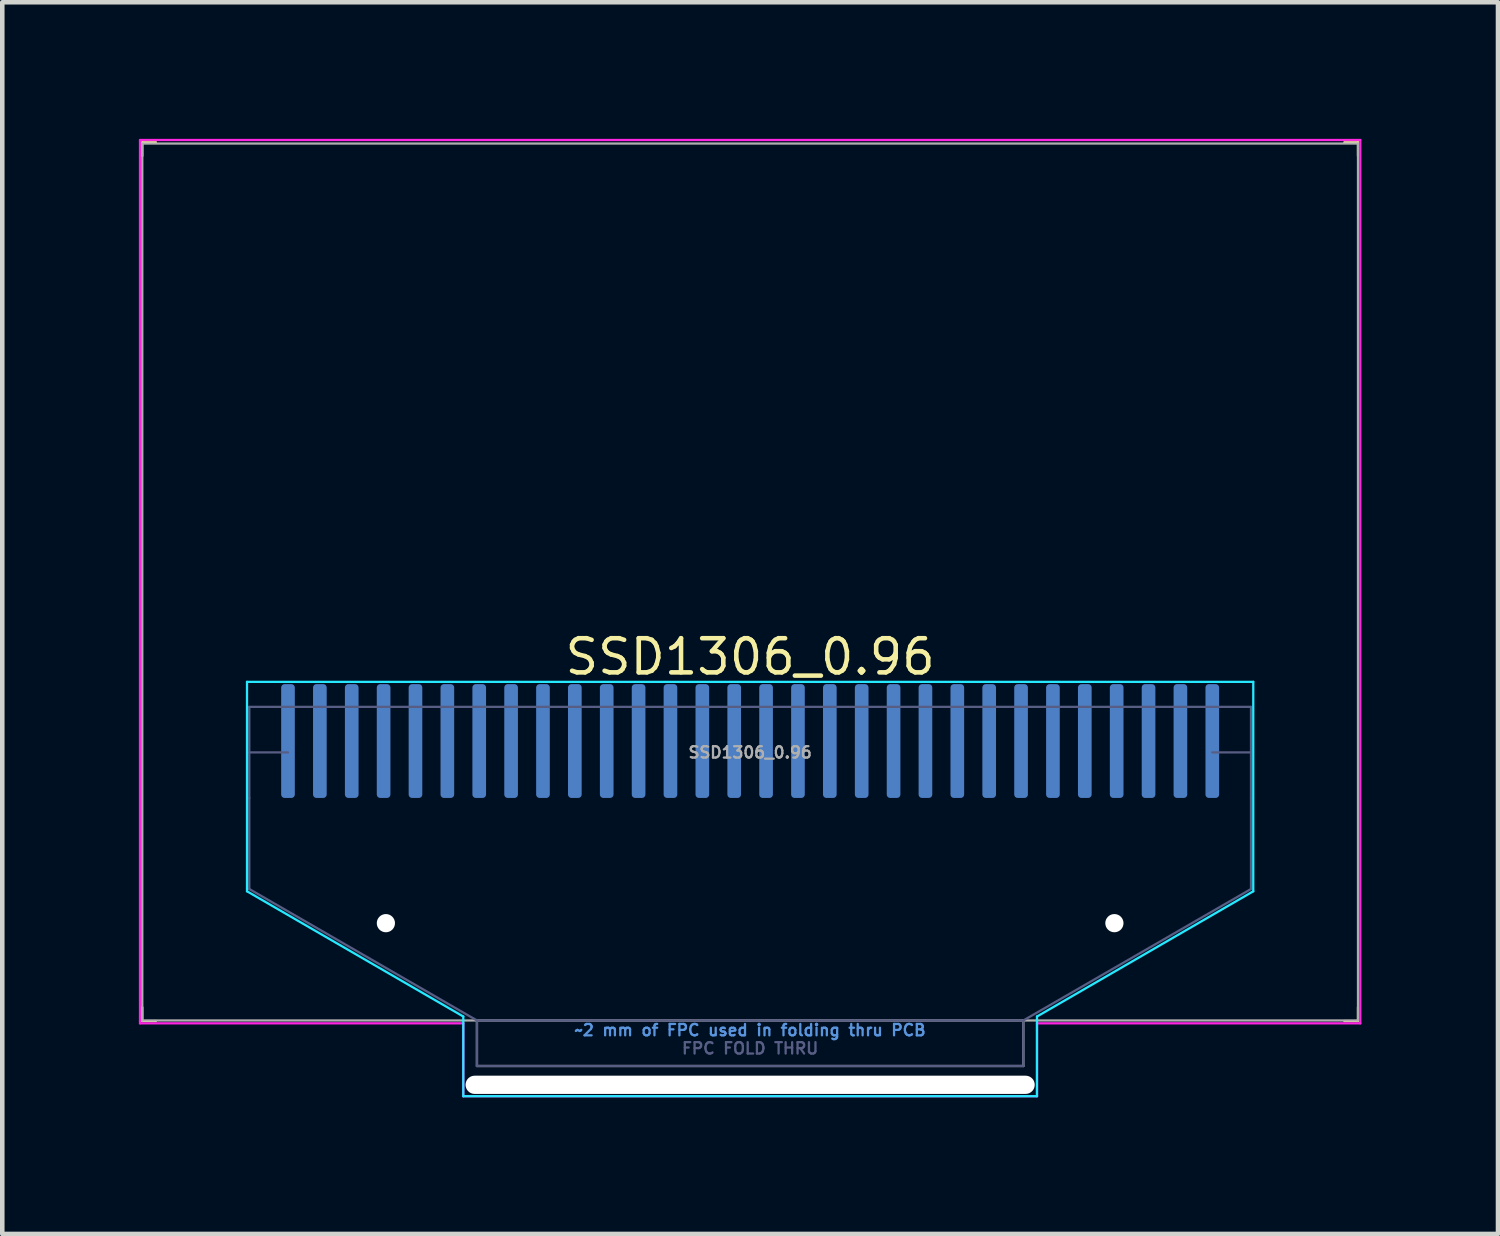
<source format=kicad_pcb>
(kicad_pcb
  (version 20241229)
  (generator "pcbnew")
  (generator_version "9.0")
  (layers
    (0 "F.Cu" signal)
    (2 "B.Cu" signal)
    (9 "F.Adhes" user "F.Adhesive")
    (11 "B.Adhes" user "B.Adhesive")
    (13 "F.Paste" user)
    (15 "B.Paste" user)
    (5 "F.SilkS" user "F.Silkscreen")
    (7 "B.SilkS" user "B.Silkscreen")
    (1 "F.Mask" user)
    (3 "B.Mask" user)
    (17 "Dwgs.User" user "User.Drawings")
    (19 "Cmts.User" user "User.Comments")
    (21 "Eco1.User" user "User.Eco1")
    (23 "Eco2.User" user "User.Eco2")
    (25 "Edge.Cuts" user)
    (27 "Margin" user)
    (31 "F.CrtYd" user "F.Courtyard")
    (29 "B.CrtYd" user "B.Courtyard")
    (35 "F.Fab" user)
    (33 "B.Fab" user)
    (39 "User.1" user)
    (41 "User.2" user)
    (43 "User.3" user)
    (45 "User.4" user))
  (footprint "SSD1306_0.96"
    (layer "F.Cu")
    (at 13.425 13.475)
    (property "Reference" "SSD1306_0.96" (at 0 -2.1 0) (unlocked yes) (layer "F.SilkS") (effects (font (size 0.75 0.75) (thickness 0.1))))
    (attr smd)
    (fp_line (start -13.35 -13.4) (end -13.35 -13.1) (stroke (width 0.05) (type solid)) (layer "F.SilkS"))
    (fp_line (start -13.35 -13.4) (end -13.05 -13.4) (stroke (width 0.05) (type solid)) (layer "F.SilkS"))
    (fp_line (start -13.35 5.9) (end -13.35 5.6) (stroke (width 0.05) (type solid)) (layer "F.SilkS"))
    (fp_line (start -13.35 5.9) (end -13.05 5.9) (stroke (width 0.05) (type solid)) (layer "F.SilkS"))
    (fp_line (start 13.35 -13.4) (end 13.05 -13.4) (stroke (width 0.05) (type solid)) (layer "F.SilkS"))
    (fp_line (start 13.35 -13.4) (end 13.35 -13.1) (stroke (width 0.05) (type solid)) (layer "F.SilkS"))
    (fp_line (start 13.35 5.9) (end 13.05 5.9) (stroke (width 0.05) (type solid)) (layer "F.SilkS"))
    (fp_line (start 13.35 5.9) (end 13.35 5.6) (stroke (width 0.05) (type solid)) (layer "F.SilkS"))
    (fp_line (start -11.05 -1.55) (end -11.05 3.05) (stroke (width 0.05) (type solid)) (layer "B.CrtYd"))
    (fp_line (start -11.05 -1.55) (end 11.05 -1.55) (stroke (width 0.05) (type solid)) (layer "B.CrtYd"))
    (fp_line (start -6.3 5.8) (end -11.05 3.05) (stroke (width 0.05) (type solid)) (layer "B.CrtYd"))
    (fp_line (start -6.3 5.8) (end -6.3 7.55) (stroke (width 0.05) (type solid)) (layer "B.CrtYd"))
    (fp_line (start -6.3 7.55) (end 6.3 7.55) (stroke (width 0.05) (type solid)) (layer "B.CrtYd"))
    (fp_line (start 6.3 5.8) (end 11.05 3.05) (stroke (width 0.05) (type solid)) (layer "B.CrtYd"))
    (fp_line (start 6.3 7.55) (end 6.3 5.8) (stroke (width 0.05) (type solid)) (layer "B.CrtYd"))
    (fp_line (start 11.05 -1.55) (end 11.05 3.05) (stroke (width 0.05) (type solid)) (layer "B.CrtYd"))
    (fp_line (start -13.4 -13.45) (end 13.4 -13.45) (stroke (width 0.05) (type solid)) (layer "F.CrtYd"))
    (fp_line (start -13.4 5.9) (end -13.4 -13.45) (stroke (width 0.05) (type solid)) (layer "F.CrtYd"))
    (fp_line (start -13.4 5.95) (end -13.4 5.9) (stroke (width 0.05) (type solid)) (layer "F.CrtYd"))
    (fp_line (start -6.3 5.95) (end -13.4 5.95) (stroke (width 0.05) (type solid)) (layer "F.CrtYd"))
    (fp_line (start -6.3 7.55) (end -6.3 5.95) (stroke (width 0.05) (type solid)) (layer "F.CrtYd"))
    (fp_line (start 6.3 5.95) (end 6.3 7.55) (stroke (width 0.05) (type solid)) (layer "F.CrtYd"))
    (fp_line (start 6.3 5.95) (end 13.4 5.95) (stroke (width 0.05) (type solid)) (layer "F.CrtYd"))
    (fp_line (start 6.3 7.55) (end -6.3 7.55) (stroke (width 0.05) (type solid)) (layer "F.CrtYd"))
    (fp_line (start 13.4 -13.45) (end 13.4 5.95) (stroke (width 0.05) (type solid)) (layer "F.CrtYd"))
    (fp_line (start -11 1) (end -11 -1) (stroke (width 0.05) (type solid)) (layer "B.Fab"))
    (fp_line (start -11 1) (end -11 3) (stroke (width 0.05) (type solid)) (layer "B.Fab"))
    (fp_line (start -11 3) (end -6 5.887) (stroke (width 0.05) (type solid)) (layer "B.Fab"))
    (fp_line (start -10.15 0) (end -11 0) (stroke (width 0.05) (type solid)) (layer "B.Fab"))
    (fp_line (start -6 5.887) (end -6 6.887) (stroke (width 0.05) (type solid)) (layer "B.Fab"))
    (fp_line (start 0 5.887) (end -6 5.887) (stroke (width 0.05) (type solid)) (layer "B.Fab"))
    (fp_line (start 0 5.887) (end 6 5.887) (stroke (width 0.05) (type solid)) (layer "B.Fab"))
    (fp_line (start 6 5.887) (end 6 6.887) (stroke (width 0.05) (type solid)) (layer "B.Fab"))
    (fp_line (start 6 5.887) (end 11 3) (stroke (width 0.05) (type solid)) (layer "B.Fab"))
    (fp_line (start 6 6.887) (end -6 6.887) (stroke (width 0.05) (type solid)) (layer "B.Fab"))
    (fp_line (start 10.15 0) (end 11 0) (stroke (width 0.05) (type solid)) (layer "B.Fab"))
    (fp_line (start 11 -1) (end -11 -1) (stroke (width 0.05) (type solid)) (layer "B.Fab"))
    (fp_line (start 11 -1) (end 11 1) (stroke (width 0.05) (type solid)) (layer "B.Fab"))
    (fp_line (start 11 1) (end 11 3) (stroke (width 0.05) (type solid)) (layer "B.Fab"))
    (fp_line (start -13.35 5.887) (end -13.35 -13.373) (stroke (width 0.05) (type solid)) (layer "F.Fab"))
    (fp_line (start -13.35 5.887) (end 0 5.887) (stroke (width 0.05) (type solid)) (layer "F.Fab"))
    (fp_line (start -6 5.887) (end -6 6.887) (stroke (width 0.05) (type solid)) (layer "F.Fab"))
    (fp_line (start -6 6.887) (end 6 6.887) (stroke (width 0.05) (type solid)) (layer "F.Fab"))
    (fp_line (start 0 5.887) (end 13.35 5.887) (stroke (width 0.05) (type solid)) (layer "F.Fab"))
    (fp_line (start 6 5.887) (end 6 6.887) (stroke (width 0.05) (type solid)) (layer "F.Fab"))
    (fp_line (start 13.35 -13.373) (end -13.35 -13.373) (stroke (width 0.05) (type solid)) (layer "F.Fab"))
    (fp_line (start 13.35 5.887) (end 13.35 -13.373) (stroke (width 0.05) (type solid)) (layer "F.Fab"))
    (fp_text user "~2 mm of FPC used in folding thru PCB" (at 0 6.1 0) (unlocked yes) (layer "Cmts.User") (effects (font (size 0.25 0.25) (thickness 0.05))))
    (fp_text user "FPC FOLD THRU" (at 0 6.5 0) (unlocked yes) (layer "B.Fab") (effects (font (size 0.25 0.25) (thickness 0.05))))
    (fp_text user "${REFERENCE}" (at 0 0 0) (unlocked yes) (layer "F.Fab") (effects (font (size 0.25 0.25) (thickness 0.05))))
    (pad "" np_thru_hole circle (at -8 3.75) (size 0.4 0.4) (drill 0.4) (layers "*.Cu" "*.Mask"))
    (pad "" np_thru_hole oval (at 0 7.3) (size 12.5 0.4) (drill oval 12.5 0.4) (layers "*.Cu" "*.Mask"))
    (pad "" np_thru_hole circle (at 8 3.75) (size 0.4 0.4) (drill 0.4) (layers "*.Cu" "*.Mask"))
    (pad "1" smd roundrect (at -10.15 -0.25) (size 0.3 2.5) (layers "B.Cu" "B.Mask" "B.Paste") (roundrect_rratio 0.25))
    (pad "2" smd roundrect (at -9.45 -0.25) (size 0.3 2.5) (layers "B.Cu" "B.Mask" "B.Paste") (roundrect_rratio 0.25))
    (pad "3" smd roundrect (at -8.75 -0.25) (size 0.3 2.5) (layers "B.Cu" "B.Mask" "B.Paste") (roundrect_rratio 0.25))
    (pad "4" smd roundrect (at -8.05 -0.25) (size 0.3 2.5) (layers "B.Cu" "B.Mask" "B.Paste") (roundrect_rratio 0.25))
    (pad "5" smd roundrect (at -7.35 -0.25) (size 0.3 2.5) (layers "B.Cu" "B.Mask" "B.Paste") (roundrect_rratio 0.25))
    (pad "6" smd roundrect (at -6.65 -0.25) (size 0.3 2.5) (layers "B.Cu" "B.Mask" "B.Paste") (roundrect_rratio 0.25))
    (pad "7" smd roundrect (at -5.95 -0.25) (size 0.3 2.5) (layers "B.Cu" "B.Mask" "B.Paste") (roundrect_rratio 0.25))
    (pad "8" smd roundrect (at -5.25 -0.25) (size 0.3 2.5) (layers "B.Cu" "B.Mask" "B.Paste") (roundrect_rratio 0.25))
    (pad "9" smd roundrect (at -4.55 -0.25) (size 0.3 2.5) (layers "B.Cu" "B.Mask" "B.Paste") (roundrect_rratio 0.25))
    (pad "10" smd roundrect (at -3.85 -0.25) (size 0.3 2.5) (layers "B.Cu" "B.Mask" "B.Paste") (roundrect_rratio 0.25))
    (pad "11" smd roundrect (at -3.15 -0.25) (size 0.3 2.5) (layers "B.Cu" "B.Mask" "B.Paste") (roundrect_rratio 0.25))
    (pad "12" smd roundrect (at -2.45 -0.25) (size 0.3 2.5) (layers "B.Cu" "B.Mask" "B.Paste") (roundrect_rratio 0.25))
    (pad "13" smd roundrect (at -1.75 -0.25) (size 0.3 2.5) (layers "B.Cu" "B.Mask" "B.Paste") (roundrect_rratio 0.25))
    (pad "14" smd roundrect (at -1.05 -0.25) (size 0.3 2.5) (layers "B.Cu" "B.Mask" "B.Paste") (roundrect_rratio 0.25))
    (pad "15" smd roundrect (at -0.35 -0.25) (size 0.3 2.5) (layers "B.Cu" "B.Mask" "B.Paste") (roundrect_rratio 0.25))
    (pad "16" smd roundrect (at 0.35 -0.25) (size 0.3 2.5) (layers "B.Cu" "B.Mask" "B.Paste") (roundrect_rratio 0.25))
    (pad "17" smd roundrect (at 1.05 -0.25) (size 0.3 2.5) (layers "B.Cu" "B.Mask" "B.Paste") (roundrect_rratio 0.25))
    (pad "18" smd roundrect (at 1.75 -0.25) (size 0.3 2.5) (layers "B.Cu" "B.Mask" "B.Paste") (roundrect_rratio 0.25))
    (pad "19" smd roundrect (at 2.45 -0.25) (size 0.3 2.5) (layers "B.Cu" "B.Mask" "B.Paste") (roundrect_rratio 0.25))
    (pad "20" smd roundrect (at 3.15 -0.25) (size 0.3 2.5) (layers "B.Cu" "B.Mask" "B.Paste") (roundrect_rratio 0.25))
    (pad "21" smd roundrect (at 3.85 -0.25) (size 0.3 2.5) (layers "B.Cu" "B.Mask" "B.Paste") (roundrect_rratio 0.25))
    (pad "22" smd roundrect (at 4.55 -0.25) (size 0.3 2.5) (layers "B.Cu" "B.Mask" "B.Paste") (roundrect_rratio 0.25))
    (pad "23" smd roundrect (at 5.25 -0.25) (size 0.3 2.5) (layers "B.Cu" "B.Mask" "B.Paste") (roundrect_rratio 0.25))
    (pad "24" smd roundrect (at 5.95 -0.25) (size 0.3 2.5) (layers "B.Cu" "B.Mask" "B.Paste") (roundrect_rratio 0.25))
    (pad "25" smd roundrect (at 6.65 -0.25) (size 0.3 2.5) (layers "B.Cu" "B.Mask" "B.Paste") (roundrect_rratio 0.25))
    (pad "26" smd roundrect (at 7.35 -0.25) (size 0.3 2.5) (layers "B.Cu" "B.Mask" "B.Paste") (roundrect_rratio 0.25))
    (pad "27" smd roundrect (at 8.05 -0.25) (size 0.3 2.5) (layers "B.Cu" "B.Mask" "B.Paste") (roundrect_rratio 0.25))
    (pad "28" smd roundrect (at 8.75 -0.25) (size 0.3 2.5) (layers "B.Cu" "B.Mask" "B.Paste") (roundrect_rratio 0.25))
    (pad "29" smd roundrect (at 9.45 -0.25) (size 0.3 2.5) (layers "B.Cu" "B.Mask" "B.Paste") (roundrect_rratio 0.25))
    (pad "30" smd roundrect (at 10.15 -0.25) (size 0.3 2.5) (layers "B.Cu" "B.Mask" "B.Paste") (roundrect_rratio 0.25)))
  (gr_rect
    (start -3 -3)
    (end 29.85 24.05)
    (stroke (width 0.1) (type default))
    (fill no)
    (layer "Edge.Cuts")))
</source>
